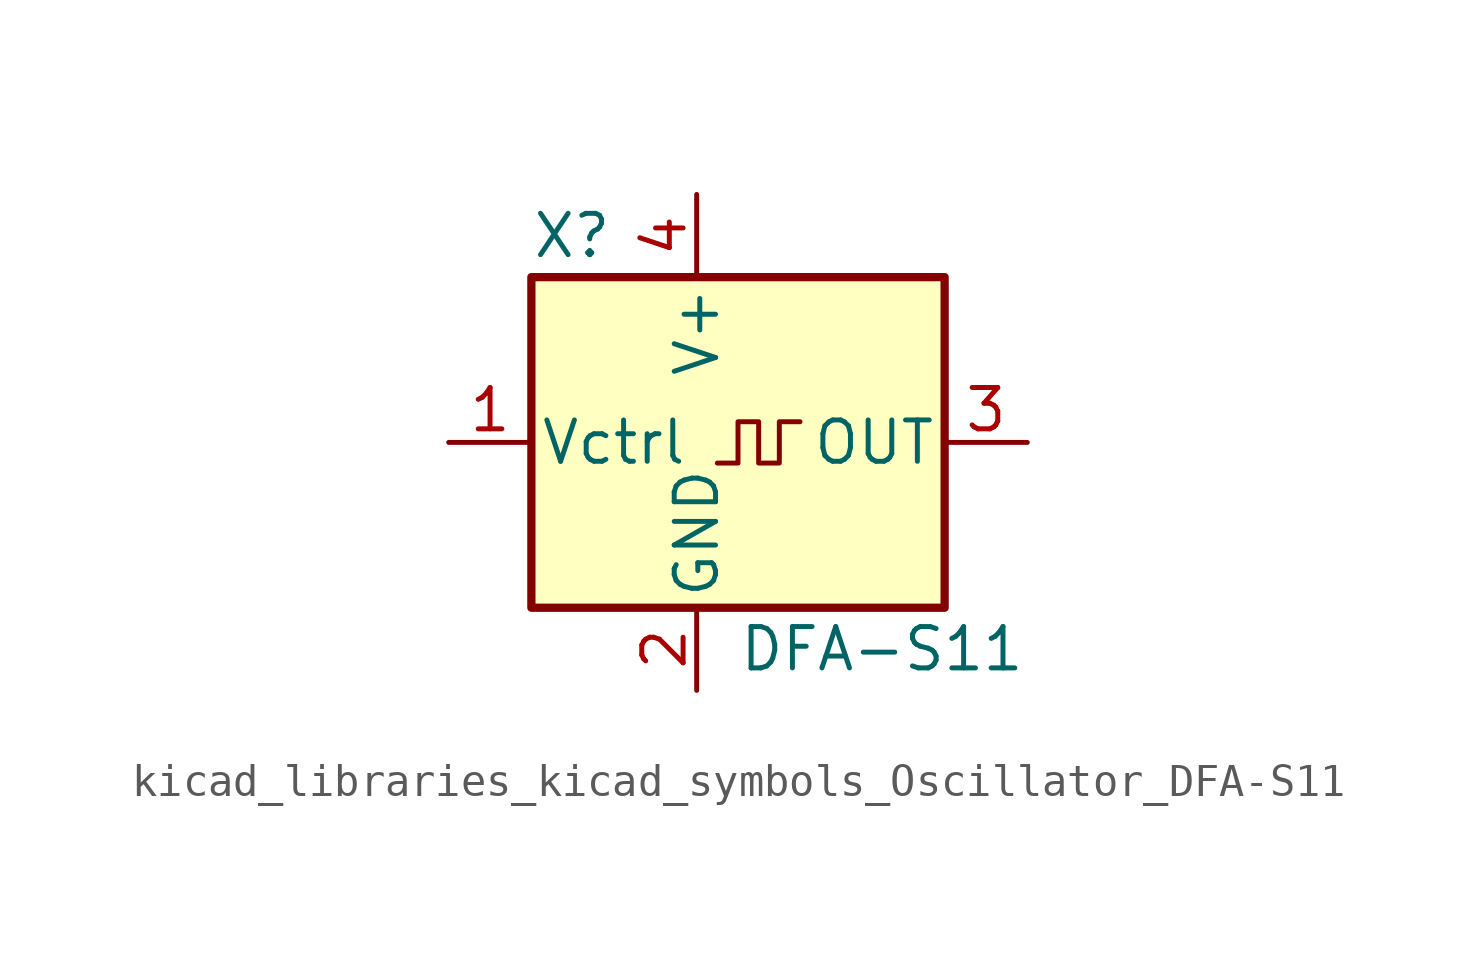
<source format=kicad_sym>
(kicad_symbol_lib
  (version 20220914)
  (generator kicad_symbol_editor)
  (symbol "kicad_libraries_kicad_symbols_Oscillator_DFA-S11"
    (pin_names
      (offset 0.254))
    (property "Reference" "X"
      (at -5.08 6.35 0)
      (effects (font (size 1.27 1.27)) (justify left)))
    (property "Value" "DFA-S11"
      (at 1.27 -6.35 0)
      (effects (font (size 1.27 1.27)) (justify left)))
    (symbol "kicad_libraries_kicad_symbols_Oscillator_DFA-S11_0_1"
      (rectangle (start -5.08 5.08) (end 7.62 -5.08) (stroke (width 0.254) (type default)) (fill (type background)))
      (polyline (pts (xy 0.635 -0.635) (xy 1.27 -0.635) (xy 1.27 0.635) (xy 1.905 0.635) (xy 1.905 -0.635) (xy 2.54 -0.635) (xy 2.54 0.635) (xy 3.175 0.635)) (stroke (width 0) (type default)) (fill (type none))))
    (symbol "kicad_libraries_kicad_symbols_Oscillator_DFA-S11_1_1"
      (pin input line (at -7.62 0 0) (length 2.54) (name "Vctrl" (effects (font (size 1.27 1.27)))) (number "1" (effects (font (size 1.27 1.27)))))
      (pin power_in line (at 0 -7.62 90) (length 2.54) (name "GND" (effects (font (size 1.27 1.27)))) (number "2" (effects (font (size 1.27 1.27)))))
      (pin output line (at 10.16 0 180) (length 2.54) (name "OUT" (effects (font (size 1.27 1.27)))) (number "3" (effects (font (size 1.27 1.27)))))
      (pin power_in line (at 0 7.62 270) (length 2.54) (name "V+" (effects (font (size 1.27 1.27)))) (number "4" (effects (font (size 1.27 1.27))))))))
</source>
